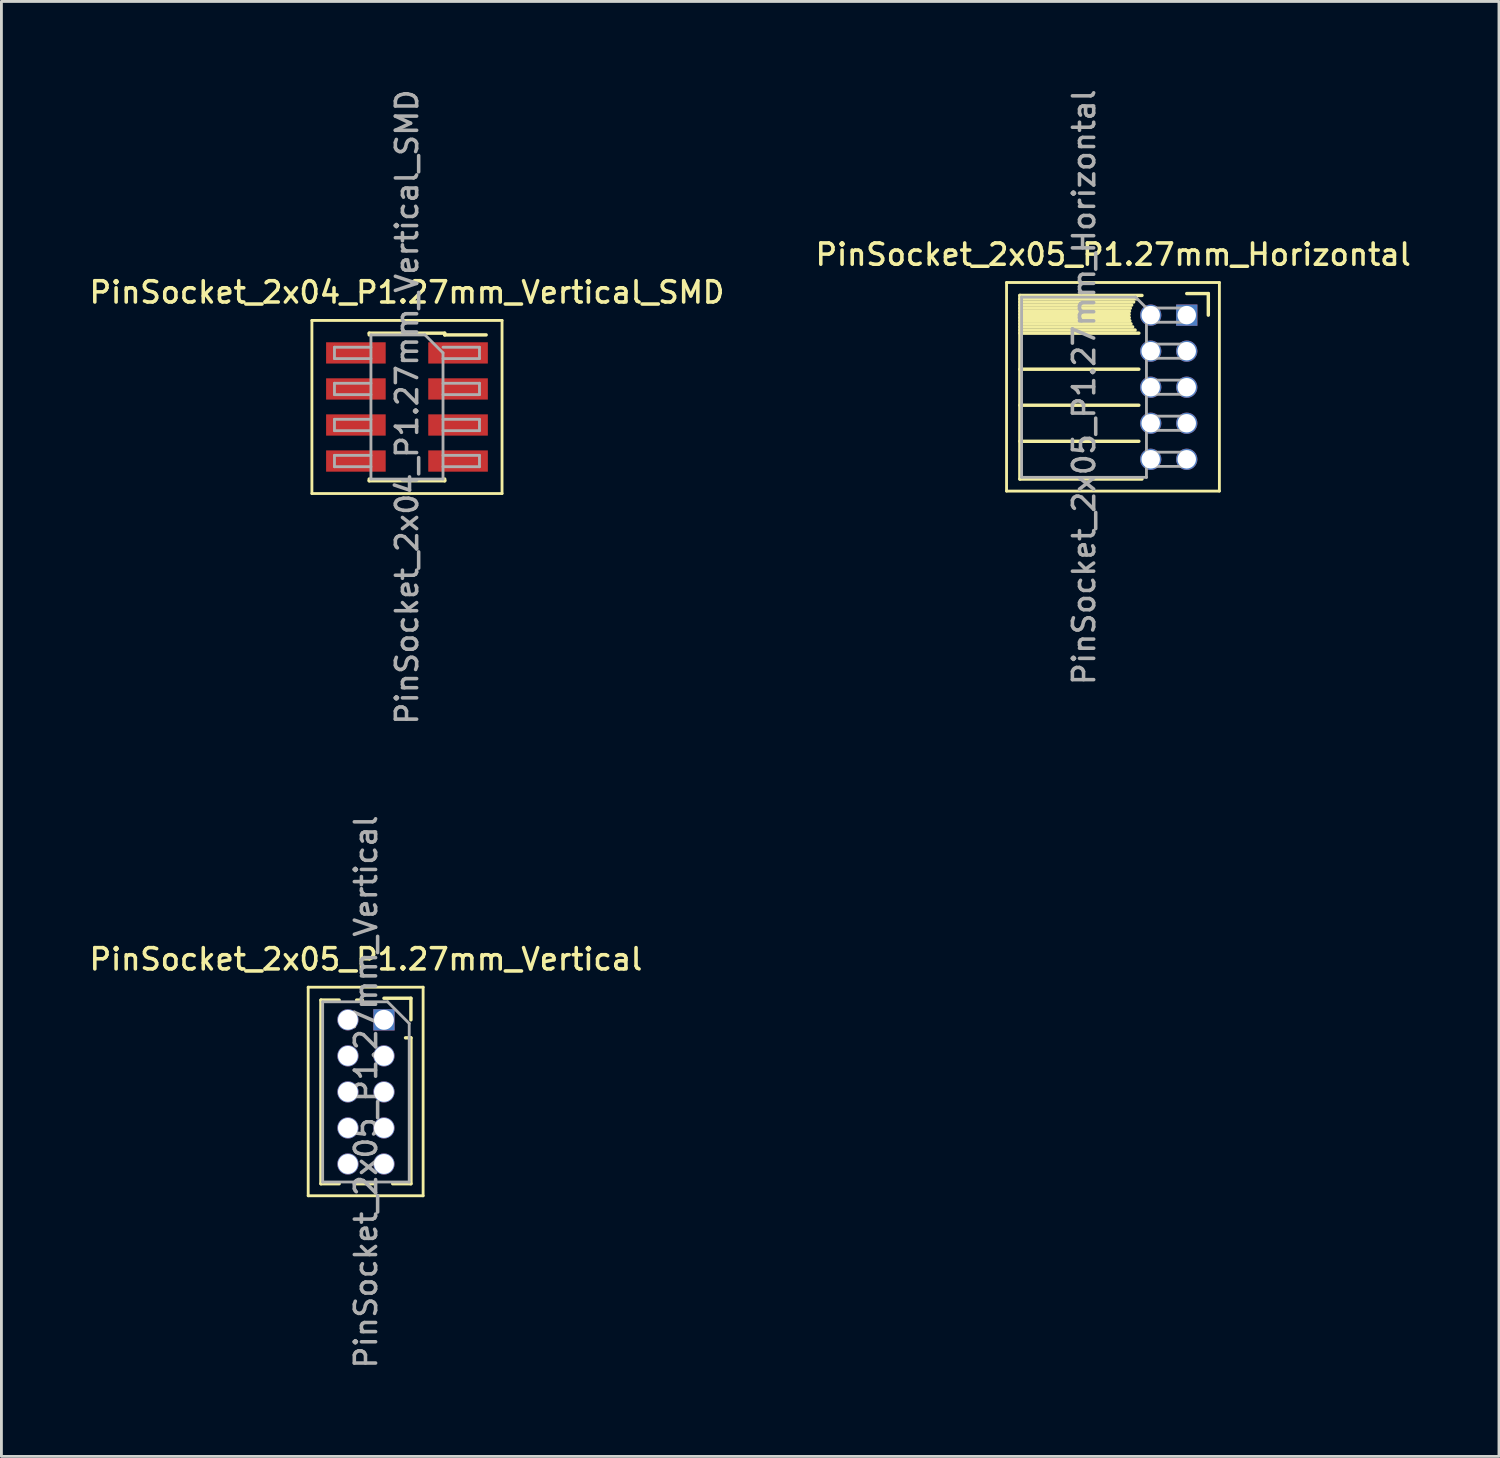
<source format=kicad_pcb>
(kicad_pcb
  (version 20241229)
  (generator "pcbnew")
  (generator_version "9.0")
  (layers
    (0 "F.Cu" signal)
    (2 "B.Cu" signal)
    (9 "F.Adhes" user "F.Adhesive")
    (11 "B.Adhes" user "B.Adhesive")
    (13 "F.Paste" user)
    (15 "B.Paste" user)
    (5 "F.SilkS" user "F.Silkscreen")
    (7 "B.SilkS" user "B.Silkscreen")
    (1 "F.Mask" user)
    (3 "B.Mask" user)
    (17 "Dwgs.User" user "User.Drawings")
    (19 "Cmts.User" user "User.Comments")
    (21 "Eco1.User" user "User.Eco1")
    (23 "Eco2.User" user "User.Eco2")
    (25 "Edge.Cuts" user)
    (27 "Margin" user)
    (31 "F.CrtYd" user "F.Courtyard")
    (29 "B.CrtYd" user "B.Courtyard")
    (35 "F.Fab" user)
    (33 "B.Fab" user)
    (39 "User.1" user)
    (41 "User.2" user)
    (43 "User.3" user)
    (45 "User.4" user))
  (footprint "PinSocket_2x05_P1.27mm_Horizontal"
    (layer "F.Cu")
    (at 38.769 8.055)
    (property "Reference" "PinSocket_2x05_P1.27mm_Horizontal" (at -2.592 -2.135 0) (layer "F.SilkS") (effects (font (size 0.75 0.75) (thickness 0.125))))
    (attr through_hole)
    (fp_line (start -6.35 -1.15) (end -6.35 6.2) (stroke (width 0.1) (type solid)) (layer "F.SilkS"))
    (fp_line (start -6.35 6.2) (end 1.15 6.2) (stroke (width 0.1) (type solid)) (layer "F.SilkS"))
    (fp_line (start -5.88 -0.695) (end -5.88 5.775) (stroke (width 0.12) (type solid)) (layer "F.SilkS"))
    (fp_line (start -5.88 -0.695) (end -1.578 -0.695) (stroke (width 0.12) (type solid)) (layer "F.SilkS"))
    (fp_line (start -5.88 -0.575) (end -1.767 -0.575) (stroke (width 0.12) (type solid)) (layer "F.SilkS"))
    (fp_line (start -5.88 -0.465) (end -1.871 -0.465) (stroke (width 0.12) (type solid)) (layer "F.SilkS"))
    (fp_line (start -5.88 -0.355) (end -1.942 -0.355) (stroke (width 0.12) (type solid)) (layer "F.SilkS"))
    (fp_line (start -5.88 -0.245) (end -1.989 -0.245) (stroke (width 0.12) (type solid)) (layer "F.SilkS"))
    (fp_line (start -5.88 -0.135) (end -2.018 -0.135) (stroke (width 0.12) (type solid)) (layer "F.SilkS"))
    (fp_line (start -5.88 -0.025) (end -2.03 -0.025) (stroke (width 0.12) (type solid)) (layer "F.SilkS"))
    (fp_line (start -5.88 0.085) (end -2.025 0.085) (stroke (width 0.12) (type solid)) (layer "F.SilkS"))
    (fp_line (start -5.88 0.195) (end -2.005 0.195) (stroke (width 0.12) (type solid)) (layer "F.SilkS"))
    (fp_line (start -5.88 0.305) (end -1.966 0.305) (stroke (width 0.12) (type solid)) (layer "F.SilkS"))
    (fp_line (start -5.88 0.415) (end -1.907 0.415) (stroke (width 0.12) (type solid)) (layer "F.SilkS"))
    (fp_line (start -5.88 0.525) (end -1.82 0.525) (stroke (width 0.12) (type solid)) (layer "F.SilkS"))
    (fp_line (start -5.88 0.635) (end -1.688 0.635) (stroke (width 0.12) (type solid)) (layer "F.SilkS"))
    (fp_line (start -5.88 1.905) (end -1.688 1.905) (stroke (width 0.12) (type solid)) (layer "F.SilkS"))
    (fp_line (start -5.88 3.175) (end -1.688 3.175) (stroke (width 0.12) (type solid)) (layer "F.SilkS"))
    (fp_line (start -5.88 4.445) (end -1.688 4.445) (stroke (width 0.12) (type solid)) (layer "F.SilkS"))
    (fp_line (start -5.88 5.775) (end -1.578 5.775) (stroke (width 0.12) (type solid)) (layer "F.SilkS"))
    (fp_line (start 0 -0.76) (end 0.76 -0.76) (stroke (width 0.12) (type solid)) (layer "F.SilkS"))
    (fp_line (start 0.76 -0.76) (end 0.76 0) (stroke (width 0.12) (type solid)) (layer "F.SilkS"))
    (fp_line (start 1.15 -1.15) (end -6.35 -1.15) (stroke (width 0.1) (type solid)) (layer "F.SilkS"))
    (fp_line (start 1.15 6.2) (end 1.15 -1.15) (stroke (width 0.1) (type solid)) (layer "F.SilkS"))
    (fp_line (start -5.82 -0.635) (end -1.805 -0.635) (stroke (width 0.1) (type solid)) (layer "F.Fab"))
    (fp_line (start -5.82 5.715) (end -5.82 -0.635) (stroke (width 0.1) (type solid)) (layer "F.Fab"))
    (fp_line (start -1.805 -0.635) (end -1.42 -0.25) (stroke (width 0.1) (type solid)) (layer "F.Fab"))
    (fp_line (start -1.42 -0.25) (end -1.42 5.715) (stroke (width 0.1) (type solid)) (layer "F.Fab"))
    (fp_line (start -1.42 0.25) (end 0 0.25) (stroke (width 0.1) (type solid)) (layer "F.Fab"))
    (fp_line (start -1.42 1.52) (end 0 1.52) (stroke (width 0.1) (type solid)) (layer "F.Fab"))
    (fp_line (start -1.42 2.79) (end 0 2.79) (stroke (width 0.1) (type solid)) (layer "F.Fab"))
    (fp_line (start -1.42 4.06) (end 0 4.06) (stroke (width 0.1) (type solid)) (layer "F.Fab"))
    (fp_line (start -1.42 5.33) (end 0 5.33) (stroke (width 0.1) (type solid)) (layer "F.Fab"))
    (fp_line (start -1.42 5.715) (end -5.82 5.715) (stroke (width 0.1) (type solid)) (layer "F.Fab"))
    (fp_line (start 0 -0.25) (end -1.42 -0.25) (stroke (width 0.1) (type solid)) (layer "F.Fab"))
    (fp_line (start 0 0.25) (end 0 -0.25) (stroke (width 0.1) (type solid)) (layer "F.Fab"))
    (fp_line (start 0 1.02) (end -1.42 1.02) (stroke (width 0.1) (type solid)) (layer "F.Fab"))
    (fp_line (start 0 1.52) (end 0 1.02) (stroke (width 0.1) (type solid)) (layer "F.Fab"))
    (fp_line (start 0 2.29) (end -1.42 2.29) (stroke (width 0.1) (type solid)) (layer "F.Fab"))
    (fp_line (start 0 2.79) (end 0 2.29) (stroke (width 0.1) (type solid)) (layer "F.Fab"))
    (fp_line (start 0 3.56) (end -1.42 3.56) (stroke (width 0.1) (type solid)) (layer "F.Fab"))
    (fp_line (start 0 4.06) (end 0 3.56) (stroke (width 0.1) (type solid)) (layer "F.Fab"))
    (fp_line (start 0 4.83) (end -1.42 4.83) (stroke (width 0.1) (type solid)) (layer "F.Fab"))
    (fp_line (start 0 5.33) (end 0 4.83) (stroke (width 0.1) (type solid)) (layer "F.Fab"))
    (fp_text user "${REFERENCE}" (at -3.62 2.54 90) (layer "F.Fab") (effects (font (size 0.75 0.75) (thickness 0.125))))
    (pad "1" thru_hole rect (at 0 0) (size 0.75 0.75) (drill 0.65) (layers "*.Cu" "*.Mask"))
    (pad "2" thru_hole oval (at -1.27 0) (size 0.75 0.75) (drill 0.65) (layers "*.Cu" "*.Mask"))
    (pad "3" thru_hole oval (at 0 1.27) (size 0.75 0.75) (drill 0.65) (layers "*.Cu" "*.Mask"))
    (pad "4" thru_hole oval (at -1.27 1.27) (size 0.75 0.75) (drill 0.65) (layers "*.Cu" "*.Mask"))
    (pad "5" thru_hole oval (at 0 2.54) (size 0.75 0.75) (drill 0.65) (layers "*.Cu" "*.Mask"))
    (pad "6" thru_hole oval (at -1.27 2.54) (size 0.75 0.75) (drill 0.65) (layers "*.Cu" "*.Mask"))
    (pad "7" thru_hole oval (at 0 3.81) (size 0.75 0.75) (drill 0.65) (layers "*.Cu" "*.Mask"))
    (pad "8" thru_hole oval (at -1.27 3.81) (size 0.75 0.75) (drill 0.65) (layers "*.Cu" "*.Mask"))
    (pad "9" thru_hole oval (at 0 5.08) (size 0.75 0.75) (drill 0.65) (layers "*.Cu" "*.Mask"))
    (pad "10" thru_hole oval (at -1.27 5.08) (size 0.75 0.75) (drill 0.65) (layers "*.Cu" "*.Mask")))
  (footprint "PinSocket_2x05_P1.27mm_Vertical"
    (layer "F.Cu")
    (at 10.48 32.887)
    (property "Reference" "PinSocket_2x05_P1.27mm_Vertical" (at -0.635 -2.135 0) (layer "F.SilkS") (effects (font (size 0.75 0.75) (thickness 0.125))))
    (attr through_hole)
    (fp_line (start -2.67 -1.15) (end 1.38 -1.15) (stroke (width 0.1) (type solid)) (layer "F.SilkS"))
    (fp_line (start -2.67 6.2) (end -2.67 -1.15) (stroke (width 0.1) (type solid)) (layer "F.SilkS"))
    (fp_line (start -2.22 -0.695) (end -2.22 5.775) (stroke (width 0.12) (type solid)) (layer "F.SilkS"))
    (fp_line (start -2.22 -0.695) (end -1.578 -0.695) (stroke (width 0.12) (type solid)) (layer "F.SilkS"))
    (fp_line (start -2.22 5.775) (end -1.578 5.775) (stroke (width 0.12) (type solid)) (layer "F.SilkS"))
    (fp_line (start -0.962 -0.695) (end -0.76 -0.695) (stroke (width 0.12) (type solid)) (layer "F.SilkS"))
    (fp_line (start -0.962 5.775) (end -0.308 5.775) (stroke (width 0.12) (type solid)) (layer "F.SilkS"))
    (fp_line (start 0 -0.76) (end 0.95 -0.76) (stroke (width 0.12) (type solid)) (layer "F.SilkS"))
    (fp_line (start 0.308 5.775) (end 0.95 5.775) (stroke (width 0.12) (type solid)) (layer "F.SilkS"))
    (fp_line (start 0.76 0.635) (end 0.95 0.635) (stroke (width 0.12) (type solid)) (layer "F.SilkS"))
    (fp_line (start 0.95 -0.76) (end 0.95 0) (stroke (width 0.12) (type solid)) (layer "F.SilkS"))
    (fp_line (start 0.95 0.635) (end 0.95 5.775) (stroke (width 0.12) (type solid)) (layer "F.SilkS"))
    (fp_line (start 1.38 -1.15) (end 1.38 6.2) (stroke (width 0.1) (type solid)) (layer "F.SilkS"))
    (fp_line (start 1.38 6.2) (end -2.67 6.2) (stroke (width 0.1) (type solid)) (layer "F.SilkS"))
    (fp_line (start -2.16 -0.635) (end 0.128 -0.635) (stroke (width 0.1) (type solid)) (layer "F.Fab"))
    (fp_line (start -2.16 5.715) (end -2.16 -0.635) (stroke (width 0.1) (type solid)) (layer "F.Fab"))
    (fp_line (start 0.128 -0.635) (end 0.89 0.128) (stroke (width 0.1) (type solid)) (layer "F.Fab"))
    (fp_line (start 0.89 0.128) (end 0.89 5.715) (stroke (width 0.1) (type solid)) (layer "F.Fab"))
    (fp_line (start 0.89 5.715) (end -2.16 5.715) (stroke (width 0.1) (type solid)) (layer "F.Fab"))
    (fp_text user "${REFERENCE}" (at -0.635 2.54 90) (layer "F.Fab") (effects (font (size 0.75 0.75) (thickness 0.125))))
    (pad "1" thru_hole rect (at 0 0) (size 0.75 0.75) (drill 0.7) (layers "*.Cu" "*.Mask"))
    (pad "2" thru_hole oval (at -1.27 0) (size 0.75 0.75) (drill 0.7) (layers "*.Cu" "*.Mask"))
    (pad "3" thru_hole oval (at 0 1.27) (size 0.75 0.75) (drill 0.7) (layers "*.Cu" "*.Mask"))
    (pad "4" thru_hole oval (at -1.27 1.27) (size 0.75 0.75) (drill 0.7) (layers "*.Cu" "*.Mask"))
    (pad "5" thru_hole oval (at 0 2.54) (size 0.75 0.75) (drill 0.7) (layers "*.Cu" "*.Mask"))
    (pad "6" thru_hole oval (at -1.27 2.54) (size 0.75 0.75) (drill 0.7) (layers "*.Cu" "*.Mask"))
    (pad "7" thru_hole oval (at 0 3.81) (size 0.75 0.75) (drill 0.7) (layers "*.Cu" "*.Mask"))
    (pad "8" thru_hole oval (at -1.27 3.81) (size 0.75 0.75) (drill 0.7) (layers "*.Cu" "*.Mask"))
    (pad "9" thru_hole oval (at 0 5.08) (size 0.75 0.75) (drill 0.7) (layers "*.Cu" "*.Mask"))
    (pad "10" thru_hole oval (at -1.27 5.08) (size 0.75 0.75) (drill 0.7) (layers "*.Cu" "*.Mask")))
  (footprint "PinSocket_2x04_P1.27mm_Vertical_SMD"
    (layer "F.Cu")
    (at 11.291 11.291)
    (property "Reference" "PinSocket_2x04_P1.27mm_Vertical_SMD" (at 0 -4.04 0) (layer "F.SilkS") (effects (font (size 0.75 0.75) (thickness 0.125))))
    (attr smd)
    (fp_line (start -3.35 -3.05) (end 3.35 -3.05) (stroke (width 0.1) (type solid)) (layer "F.SilkS"))
    (fp_line (start -3.35 3.05) (end -3.35 -3.05) (stroke (width 0.1) (type solid)) (layer "F.SilkS"))
    (fp_line (start -1.33 -2.6) (end -1.33 -2.54) (stroke (width 0.12) (type solid)) (layer "F.SilkS"))
    (fp_line (start -1.33 -2.6) (end 1.33 -2.6) (stroke (width 0.12) (type solid)) (layer "F.SilkS"))
    (fp_line (start -1.33 2.54) (end -1.33 2.6) (stroke (width 0.12) (type solid)) (layer "F.SilkS"))
    (fp_line (start -1.33 2.6) (end 1.33 2.6) (stroke (width 0.12) (type solid)) (layer "F.SilkS"))
    (fp_line (start 1.33 -2.6) (end 1.33 -2.54) (stroke (width 0.12) (type solid)) (layer "F.SilkS"))
    (fp_line (start 1.33 -2.54) (end 2.79 -2.54) (stroke (width 0.12) (type solid)) (layer "F.SilkS"))
    (fp_line (start 1.33 2.54) (end 1.33 2.6) (stroke (width 0.12) (type solid)) (layer "F.SilkS"))
    (fp_line (start 3.35 -3.05) (end 3.35 3.05) (stroke (width 0.1) (type solid)) (layer "F.SilkS"))
    (fp_line (start 3.35 3.05) (end -3.35 3.05) (stroke (width 0.1) (type solid)) (layer "F.SilkS"))
    (fp_line (start -2.555 -2.105) (end -1.27 -2.105) (stroke (width 0.1) (type solid)) (layer "F.Fab"))
    (fp_line (start -2.555 -1.705) (end -2.555 -2.105) (stroke (width 0.1) (type solid)) (layer "F.Fab"))
    (fp_line (start -2.555 -0.835) (end -1.27 -0.835) (stroke (width 0.1) (type solid)) (layer "F.Fab"))
    (fp_line (start -2.555 -0.435) (end -2.555 -0.835) (stroke (width 0.1) (type solid)) (layer "F.Fab"))
    (fp_line (start -2.555 0.435) (end -1.27 0.435) (stroke (width 0.1) (type solid)) (layer "F.Fab"))
    (fp_line (start -2.555 0.835) (end -2.555 0.435) (stroke (width 0.1) (type solid)) (layer "F.Fab"))
    (fp_line (start -2.555 1.705) (end -1.27 1.705) (stroke (width 0.1) (type solid)) (layer "F.Fab"))
    (fp_line (start -2.555 2.105) (end -2.555 1.705) (stroke (width 0.1) (type solid)) (layer "F.Fab"))
    (fp_line (start -1.27 -2.54) (end 0.635 -2.54) (stroke (width 0.1) (type solid)) (layer "F.Fab"))
    (fp_line (start -1.27 -1.705) (end -2.555 -1.705) (stroke (width 0.1) (type solid)) (layer "F.Fab"))
    (fp_line (start -1.27 -0.435) (end -2.555 -0.435) (stroke (width 0.1) (type solid)) (layer "F.Fab"))
    (fp_line (start -1.27 0.835) (end -2.555 0.835) (stroke (width 0.1) (type solid)) (layer "F.Fab"))
    (fp_line (start -1.27 2.105) (end -2.555 2.105) (stroke (width 0.1) (type solid)) (layer "F.Fab"))
    (fp_line (start -1.27 2.54) (end -1.27 -2.54) (stroke (width 0.1) (type solid)) (layer "F.Fab"))
    (fp_line (start 0.635 -2.54) (end 1.27 -1.905) (stroke (width 0.1) (type solid)) (layer "F.Fab"))
    (fp_line (start 1.27 -2.105) (end 2.555 -2.105) (stroke (width 0.1) (type solid)) (layer "F.Fab"))
    (fp_line (start 1.27 -1.905) (end 1.27 2.54) (stroke (width 0.1) (type solid)) (layer "F.Fab"))
    (fp_line (start 1.27 -0.835) (end 2.555 -0.835) (stroke (width 0.1) (type solid)) (layer "F.Fab"))
    (fp_line (start 1.27 0.435) (end 2.555 0.435) (stroke (width 0.1) (type solid)) (layer "F.Fab"))
    (fp_line (start 1.27 1.705) (end 2.555 1.705) (stroke (width 0.1) (type solid)) (layer "F.Fab"))
    (fp_line (start 1.27 2.54) (end -1.27 2.54) (stroke (width 0.1) (type solid)) (layer "F.Fab"))
    (fp_line (start 2.555 -2.105) (end 2.555 -1.705) (stroke (width 0.1) (type solid)) (layer "F.Fab"))
    (fp_line (start 2.555 -1.705) (end 1.27 -1.705) (stroke (width 0.1) (type solid)) (layer "F.Fab"))
    (fp_line (start 2.555 -0.835) (end 2.555 -0.435) (stroke (width 0.1) (type solid)) (layer "F.Fab"))
    (fp_line (start 2.555 -0.435) (end 1.27 -0.435) (stroke (width 0.1) (type solid)) (layer "F.Fab"))
    (fp_line (start 2.555 0.435) (end 2.555 0.835) (stroke (width 0.1) (type solid)) (layer "F.Fab"))
    (fp_line (start 2.555 0.835) (end 1.27 0.835) (stroke (width 0.1) (type solid)) (layer "F.Fab"))
    (fp_line (start 2.555 1.705) (end 2.555 2.105) (stroke (width 0.1) (type solid)) (layer "F.Fab"))
    (fp_line (start 2.555 2.105) (end 1.27 2.105) (stroke (width 0.1) (type solid)) (layer "F.Fab"))
    (fp_text user "${REFERENCE}" (at 0 0 90) (layer "F.Fab") (effects (font (size 0.75 0.75) (thickness 0.125))))
    (pad "1" smd rect (at 1.8 -1.905) (size 2.1 0.75) (layers "F.Cu" "F.Mask" "F.Paste"))
    (pad "2" smd rect (at -1.8 -1.905) (size 2.1 0.75) (layers "F.Cu" "F.Mask" "F.Paste"))
    (pad "3" smd rect (at 1.8 -0.635) (size 2.1 0.75) (layers "F.Cu" "F.Mask" "F.Paste"))
    (pad "4" smd rect (at -1.8 -0.635) (size 2.1 0.75) (layers "F.Cu" "F.Mask" "F.Paste"))
    (pad "5" smd rect (at 1.8 0.635) (size 2.1 0.75) (layers "F.Cu" "F.Mask" "F.Paste"))
    (pad "6" smd rect (at -1.8 0.635) (size 2.1 0.75) (layers "F.Cu" "F.Mask" "F.Paste"))
    (pad "7" smd rect (at 1.8 1.905) (size 2.1 0.75) (layers "F.Cu" "F.Mask" "F.Paste"))
    (pad "8" smd rect (at -1.8 1.905) (size 2.1 0.75) (layers "F.Cu" "F.Mask" "F.Paste")))
  (gr_rect
    (start -3 -3)
    (end 49.771 48.271)
    (stroke (width 0.1) (type default))
    (fill no)
    (layer "Edge.Cuts")))
</source>
